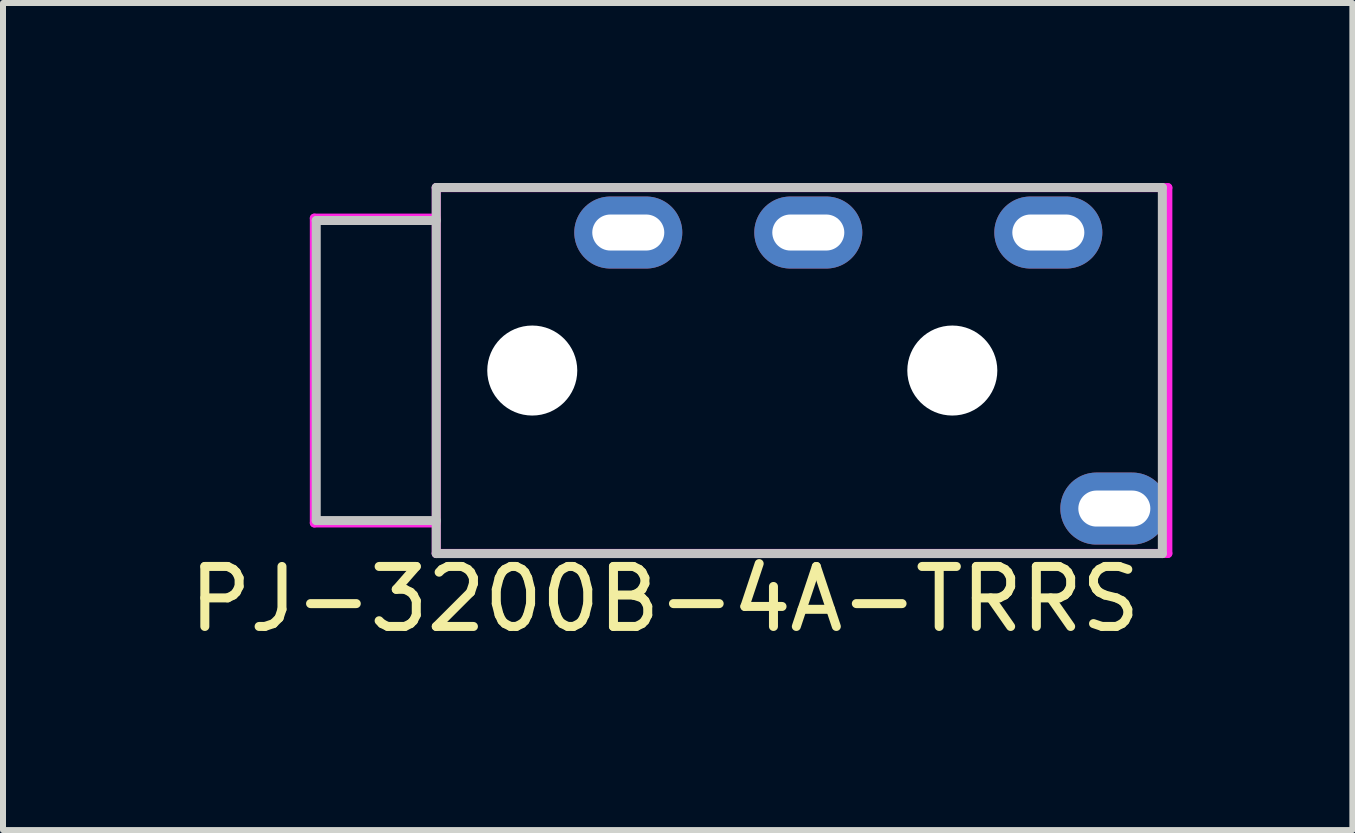
<source format=kicad_pcb>
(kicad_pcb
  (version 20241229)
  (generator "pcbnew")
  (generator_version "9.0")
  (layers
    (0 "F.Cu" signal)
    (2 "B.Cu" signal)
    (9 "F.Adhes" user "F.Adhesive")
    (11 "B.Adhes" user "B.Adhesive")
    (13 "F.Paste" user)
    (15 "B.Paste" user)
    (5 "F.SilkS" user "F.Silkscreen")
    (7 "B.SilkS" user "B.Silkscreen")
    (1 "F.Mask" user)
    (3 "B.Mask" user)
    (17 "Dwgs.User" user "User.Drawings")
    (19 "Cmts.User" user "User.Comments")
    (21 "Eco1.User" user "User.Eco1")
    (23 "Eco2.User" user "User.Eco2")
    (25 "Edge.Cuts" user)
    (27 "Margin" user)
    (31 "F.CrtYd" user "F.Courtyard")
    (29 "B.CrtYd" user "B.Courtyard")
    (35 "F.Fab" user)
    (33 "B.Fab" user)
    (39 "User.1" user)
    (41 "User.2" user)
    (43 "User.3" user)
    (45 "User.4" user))
  (footprint "PJ-3200B-4A-TRRS"
    (layer "F.Cu")
    (at 4.22 3.125)
    (property "Reference" "PJ-3200B-4A-TRRS" (at 3.81 3.81 0) (layer "F.SilkS") (effects (font (size 1 1) (thickness 0.15))))
    (attr through_hole)
    (fp_line (start -2 2.5) (end -2 -2.5) (stroke (width 0.15) (type solid)) (layer "Dwgs.User"))
    (fp_line (start 0 -3.05) (end 0 3.05) (stroke (width 0.15) (type solid)) (layer "Dwgs.User"))
    (fp_line (start 0 -3.05) (end 12.1 -3.05) (stroke (width 0.15) (type solid)) (layer "Dwgs.User"))
    (fp_line (start 0 -2.5) (end -2 -2.5) (stroke (width 0.15) (type solid)) (layer "Dwgs.User"))
    (fp_line (start 0 2.5) (end -2 2.5) (stroke (width 0.15) (type solid)) (layer "Dwgs.User"))
    (fp_line (start 0 3.05) (end 12.1 3.05) (stroke (width 0.15) (type solid)) (layer "Dwgs.User"))
    (fp_line (start 12.1 -3.05) (end 12.1 3.05) (stroke (width 0.15) (type solid)) (layer "Dwgs.User"))
    (fp_line (start -2.032 -2.54) (end -2.032 2.54) (stroke (width 0.15) (type solid)) (layer "F.CrtYd"))
    (fp_line (start -2.032 2.54) (end 0 2.54) (stroke (width 0.15) (type solid)) (layer "F.CrtYd"))
    (fp_line (start 0 -3.048) (end 12.192 -3.048) (stroke (width 0.15) (type solid)) (layer "F.CrtYd"))
    (fp_line (start 0 -2.54) (end -2.032 -2.54) (stroke (width 0.15) (type solid)) (layer "F.CrtYd"))
    (fp_line (start 0 3.048) (end 0 -3.048) (stroke (width 0.15) (type solid)) (layer "F.CrtYd"))
    (fp_line (start 12.192 -3.048) (end 12.192 3.048) (stroke (width 0.15) (type solid)) (layer "F.CrtYd"))
    (fp_line (start 12.192 3.048) (end 0 3.048) (stroke (width 0.15) (type solid)) (layer "F.CrtYd"))
    (pad "" np_thru_hole circle (at 1.6 0) (size 1.5 1.5) (drill 1.5) (layers "*.Cu" "*.Mask"))
    (pad "" np_thru_hole circle (at 8.6 0) (size 1.5 1.5) (drill 1.5) (layers "*.Cu" "*.Mask"))
    (pad "R1" thru_hole oval (at 6.2 -2.3) (size 1.8 1.2) (drill oval 1.2 0.6) (layers "*.Cu" "*.Mask"))
    (pad "R2" thru_hole oval (at 3.2 -2.3) (size 1.8 1.2) (drill oval 1.2 0.6) (layers "*.Cu" "*.Mask"))
    (pad "S" thru_hole oval (at 11.3 2.3) (size 1.8 1.2) (drill oval 1.2 0.6) (layers "*.Cu" "*.Mask"))
    (pad "T" thru_hole oval (at 10.2 -2.3) (size 1.8 1.2) (drill oval 1.2 0.6) (layers "*.Cu" "*.Mask")))
  (gr_rect
    (start -3 -3)
    (end 19.487 10.783)
    (stroke (width 0.1) (type default))
    (fill no)
    (layer "Edge.Cuts")))
</source>
